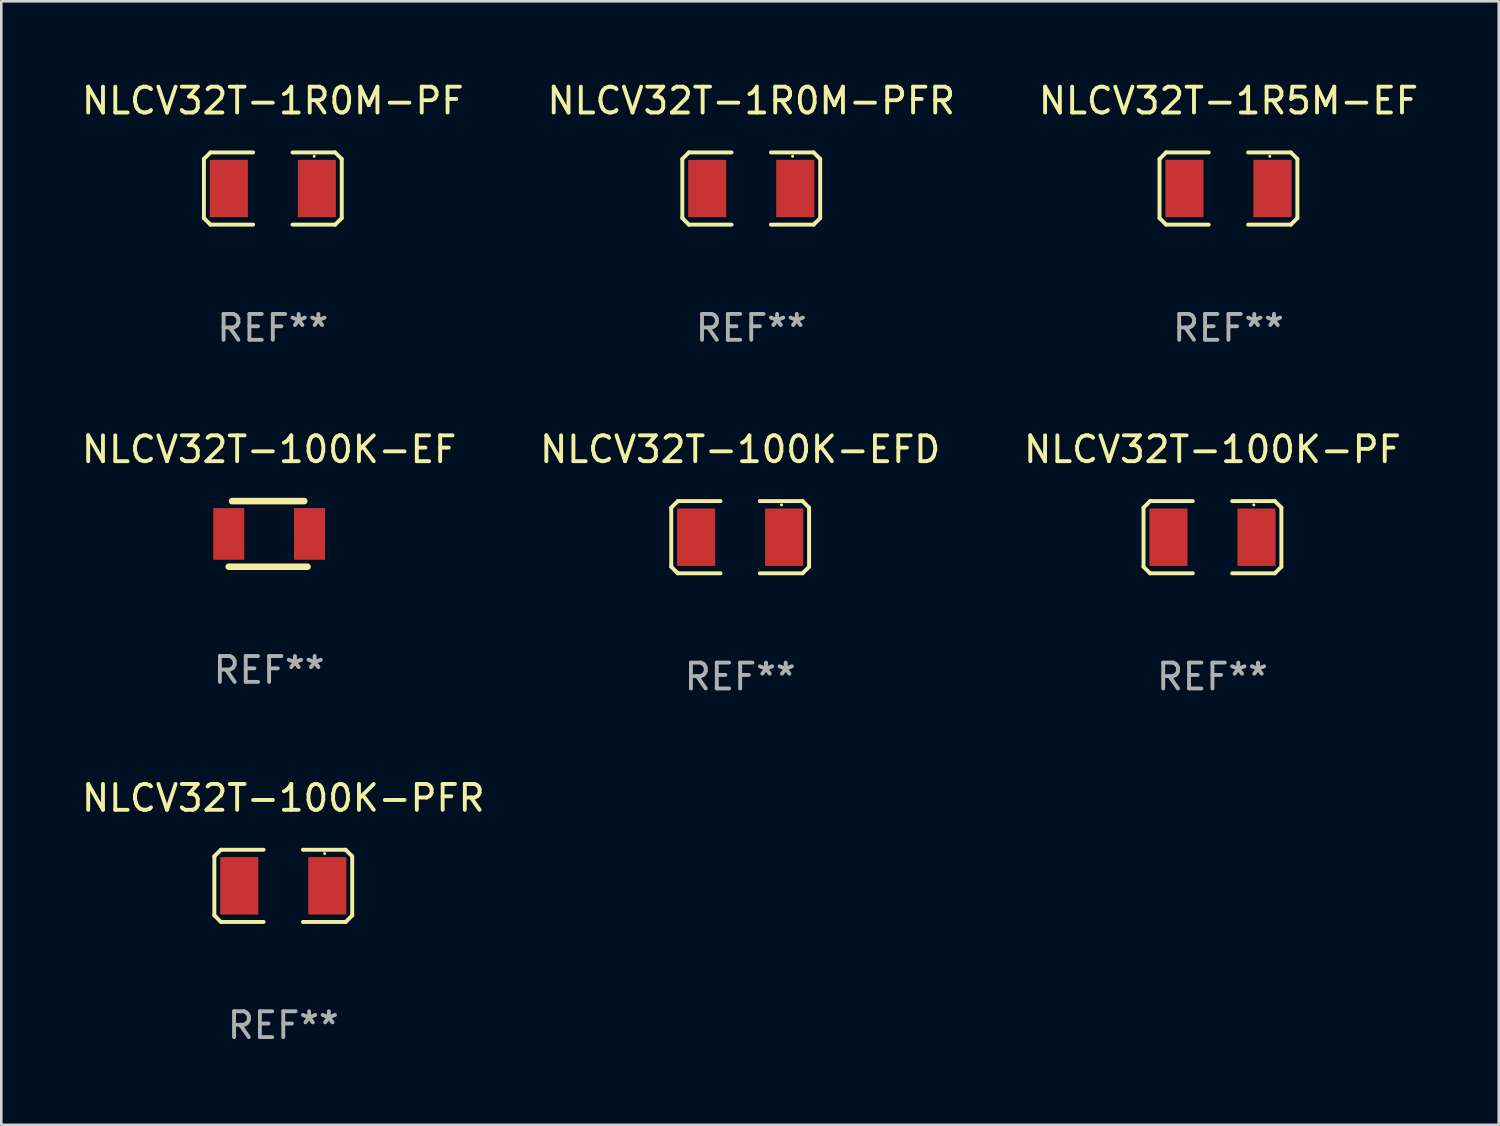
<source format=kicad_pcb>
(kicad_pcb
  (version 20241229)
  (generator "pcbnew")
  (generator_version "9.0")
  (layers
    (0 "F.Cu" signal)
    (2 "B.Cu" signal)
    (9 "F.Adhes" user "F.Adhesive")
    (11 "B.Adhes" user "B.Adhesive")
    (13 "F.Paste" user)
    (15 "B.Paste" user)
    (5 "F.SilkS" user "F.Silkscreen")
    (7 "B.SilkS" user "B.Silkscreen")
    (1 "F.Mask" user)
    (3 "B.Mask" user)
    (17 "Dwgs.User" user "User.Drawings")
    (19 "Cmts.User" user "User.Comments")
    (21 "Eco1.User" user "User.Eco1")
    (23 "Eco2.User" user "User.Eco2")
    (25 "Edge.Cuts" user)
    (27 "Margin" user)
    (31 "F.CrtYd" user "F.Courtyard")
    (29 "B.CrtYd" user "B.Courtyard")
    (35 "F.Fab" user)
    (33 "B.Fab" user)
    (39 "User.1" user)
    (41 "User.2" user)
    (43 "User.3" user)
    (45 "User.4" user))
  (footprint "NLCV32T-100K-EF"
    (layer "F.Cu")
    (at 7.363 17.609)
    (property "Reference" "NLCV32T-100K-EF" (at 0 -3.27 0) (layer "F.SilkS") (effects (font (size 1 1) (thickness 0.15))))
    (attr through_hole)
    (fp_line (start -1.562 1.27) (end 1.486 1.27) (stroke (width 0.254) (type solid)) (layer "F.SilkS"))
    (fp_line (start -1.435 -1.27) (end 1.359 -1.27) (stroke (width 0.254) (type solid)) (layer "F.SilkS"))
    (fp_circle (center -1.6 1.25) (end -1.57 1.25) (stroke (width 0.06) (type solid)) (fill no) (layer "F.SilkS"))
    (fp_text user "REF**" (at 0 5.27 0) (layer "F.Fab") (effects (font (size 1 1) (thickness 0.15))))
    (pad "1" smd rect (at -1.562 0 180) (size 1.2 2) (layers "F.Cu" "F.Mask" "F.Paste"))
    (pad "2" smd rect (at 1.562 0 180) (size 1.2 2) (layers "F.Cu" "F.Mask" "F.Paste")))
  (footprint "NLCV32T-100K-PFR"
    (layer "F.Cu")
    (at 7.911 31.226)
    (property "Reference" "NLCV32T-100K-PFR" (at 0 -3.397 0) (layer "F.SilkS") (effects (font (size 1 1) (thickness 0.15))))
    (attr through_hole)
    (fp_line (start -2.667 -1.143) (end -2.413 -1.397) (stroke (width 0.152) (type solid)) (layer "F.SilkS"))
    (fp_line (start -2.667 1.143) (end -2.667 -1.143) (stroke (width 0.152) (type solid)) (layer "F.SilkS"))
    (fp_line (start -2.413 -1.397) (end -0.762 -1.397) (stroke (width 0.152) (type solid)) (layer "F.SilkS"))
    (fp_line (start -2.413 1.397) (end -2.667 1.143) (stroke (width 0.152) (type solid)) (layer "F.SilkS"))
    (fp_line (start -0.762 1.397) (end -2.413 1.397) (stroke (width 0.152) (type solid)) (layer "F.SilkS"))
    (fp_line (start 0.762 -1.397) (end 2.413 -1.397) (stroke (width 0.152) (type solid)) (layer "F.SilkS"))
    (fp_line (start 2.413 -1.397) (end 2.667 -1.143) (stroke (width 0.152) (type solid)) (layer "F.SilkS"))
    (fp_line (start 2.413 1.397) (end 0.762 1.397) (stroke (width 0.152) (type solid)) (layer "F.SilkS"))
    (fp_line (start 2.667 -1.143) (end 2.667 1.143) (stroke (width 0.152) (type solid)) (layer "F.SilkS"))
    (fp_line (start 2.667 1.143) (end 2.413 1.397) (stroke (width 0.152) (type solid)) (layer "F.SilkS"))
    (fp_circle (center 1.6 -1.25) (end 1.63 -1.25) (stroke (width 0.06) (type solid)) (fill no) (layer "F.SilkS"))
    (fp_text user "REF**" (at 0 5.397 0) (layer "F.Fab") (effects (font (size 1 1) (thickness 0.15))))
    (pad "1" smd rect (at 1.703 0) (size 1.474 2.22) (layers "F.Cu" "F.Mask" "F.Paste"))
    (pad "2" smd rect (at -1.703 0) (size 1.474 2.22) (layers "F.Cu" "F.Mask" "F.Paste")))
  (footprint "NLCV32T-1R0M-PFR"
    (layer "F.Cu")
    (at 26.018 4.245)
    (property "Reference" "NLCV32T-1R0M-PFR" (at 0 -3.397 0) (layer "F.SilkS") (effects (font (size 1 1) (thickness 0.15))))
    (attr through_hole)
    (fp_line (start -2.667 -1.143) (end -2.413 -1.397) (stroke (width 0.152) (type solid)) (layer "F.SilkS"))
    (fp_line (start -2.667 1.143) (end -2.667 -1.143) (stroke (width 0.152) (type solid)) (layer "F.SilkS"))
    (fp_line (start -2.413 -1.397) (end -0.762 -1.397) (stroke (width 0.152) (type solid)) (layer "F.SilkS"))
    (fp_line (start -2.413 1.397) (end -2.667 1.143) (stroke (width 0.152) (type solid)) (layer "F.SilkS"))
    (fp_line (start -0.762 1.397) (end -2.413 1.397) (stroke (width 0.152) (type solid)) (layer "F.SilkS"))
    (fp_line (start 0.762 -1.397) (end 2.413 -1.397) (stroke (width 0.152) (type solid)) (layer "F.SilkS"))
    (fp_line (start 2.413 -1.397) (end 2.667 -1.143) (stroke (width 0.152) (type solid)) (layer "F.SilkS"))
    (fp_line (start 2.413 1.397) (end 0.762 1.397) (stroke (width 0.152) (type solid)) (layer "F.SilkS"))
    (fp_line (start 2.667 -1.143) (end 2.667 1.143) (stroke (width 0.152) (type solid)) (layer "F.SilkS"))
    (fp_line (start 2.667 1.143) (end 2.413 1.397) (stroke (width 0.152) (type solid)) (layer "F.SilkS"))
    (fp_circle (center 1.6 -1.25) (end 1.63 -1.25) (stroke (width 0.06) (type solid)) (fill no) (layer "F.SilkS"))
    (fp_text user "REF**" (at 0 5.397 0) (layer "F.Fab") (effects (font (size 1 1) (thickness 0.15))))
    (pad "1" smd rect (at 1.703 0) (size 1.474 2.22) (layers "F.Cu" "F.Mask" "F.Paste"))
    (pad "2" smd rect (at -1.703 0) (size 1.474 2.22) (layers "F.Cu" "F.Mask" "F.Paste")))
  (footprint "NLCV32T-1R5M-EF"
    (layer "F.Cu")
    (at 44.482 4.245)
    (property "Reference" "NLCV32T-1R5M-EF" (at 0 -3.397 0) (layer "F.SilkS") (effects (font (size 1 1) (thickness 0.15))))
    (attr through_hole)
    (fp_line (start -2.667 -1.143) (end -2.413 -1.397) (stroke (width 0.152) (type solid)) (layer "F.SilkS"))
    (fp_line (start -2.667 1.143) (end -2.667 -1.143) (stroke (width 0.152) (type solid)) (layer "F.SilkS"))
    (fp_line (start -2.413 -1.397) (end -0.762 -1.397) (stroke (width 0.152) (type solid)) (layer "F.SilkS"))
    (fp_line (start -2.413 1.397) (end -2.667 1.143) (stroke (width 0.152) (type solid)) (layer "F.SilkS"))
    (fp_line (start -0.762 1.397) (end -2.413 1.397) (stroke (width 0.152) (type solid)) (layer "F.SilkS"))
    (fp_line (start 0.762 -1.397) (end 2.413 -1.397) (stroke (width 0.152) (type solid)) (layer "F.SilkS"))
    (fp_line (start 2.413 -1.397) (end 2.667 -1.143) (stroke (width 0.152) (type solid)) (layer "F.SilkS"))
    (fp_line (start 2.413 1.397) (end 0.762 1.397) (stroke (width 0.152) (type solid)) (layer "F.SilkS"))
    (fp_line (start 2.667 -1.143) (end 2.667 1.143) (stroke (width 0.152) (type solid)) (layer "F.SilkS"))
    (fp_line (start 2.667 1.143) (end 2.413 1.397) (stroke (width 0.152) (type solid)) (layer "F.SilkS"))
    (fp_circle (center 1.6 -1.25) (end 1.63 -1.25) (stroke (width 0.06) (type solid)) (fill no) (layer "F.SilkS"))
    (fp_text user "REF**" (at 0 5.397 0) (layer "F.Fab") (effects (font (size 1 1) (thickness 0.15))))
    (pad "1" smd rect (at 1.703 0) (size 1.474 2.22) (layers "F.Cu" "F.Mask" "F.Paste"))
    (pad "2" smd rect (at -1.703 0) (size 1.474 2.22) (layers "F.Cu" "F.Mask" "F.Paste")))
  (footprint "NLCV32T-1R0M-PF"
    (layer "F.Cu")
    (at 7.506 4.245)
    (property "Reference" "NLCV32T-1R0M-PF" (at 0 -3.397 0) (layer "F.SilkS") (effects (font (size 1 1) (thickness 0.15))))
    (attr through_hole)
    (fp_line (start -2.667 -1.143) (end -2.413 -1.397) (stroke (width 0.152) (type solid)) (layer "F.SilkS"))
    (fp_line (start -2.667 1.143) (end -2.667 -1.143) (stroke (width 0.152) (type solid)) (layer "F.SilkS"))
    (fp_line (start -2.413 -1.397) (end -0.762 -1.397) (stroke (width 0.152) (type solid)) (layer "F.SilkS"))
    (fp_line (start -2.413 1.397) (end -2.667 1.143) (stroke (width 0.152) (type solid)) (layer "F.SilkS"))
    (fp_line (start -0.762 1.397) (end -2.413 1.397) (stroke (width 0.152) (type solid)) (layer "F.SilkS"))
    (fp_line (start 0.762 -1.397) (end 2.413 -1.397) (stroke (width 0.152) (type solid)) (layer "F.SilkS"))
    (fp_line (start 2.413 -1.397) (end 2.667 -1.143) (stroke (width 0.152) (type solid)) (layer "F.SilkS"))
    (fp_line (start 2.413 1.397) (end 0.762 1.397) (stroke (width 0.152) (type solid)) (layer "F.SilkS"))
    (fp_line (start 2.667 -1.143) (end 2.667 1.143) (stroke (width 0.152) (type solid)) (layer "F.SilkS"))
    (fp_line (start 2.667 1.143) (end 2.413 1.397) (stroke (width 0.152) (type solid)) (layer "F.SilkS"))
    (fp_circle (center 1.6 -1.25) (end 1.63 -1.25) (stroke (width 0.06) (type solid)) (fill no) (layer "F.SilkS"))
    (fp_text user "REF**" (at 0 5.397 0) (layer "F.Fab") (effects (font (size 1 1) (thickness 0.15))))
    (pad "1" smd rect (at 1.703 0) (size 1.474 2.22) (layers "F.Cu" "F.Mask" "F.Paste"))
    (pad "2" smd rect (at -1.703 0) (size 1.474 2.22) (layers "F.Cu" "F.Mask" "F.Paste")))
  (footprint "NLCV32T-100K-EFD"
    (layer "F.Cu")
    (at 25.589 17.736)
    (property "Reference" "NLCV32T-100K-EFD" (at 0 -3.397 0) (layer "F.SilkS") (effects (font (size 1 1) (thickness 0.15))))
    (attr through_hole)
    (fp_line (start -2.667 -1.143) (end -2.413 -1.397) (stroke (width 0.152) (type solid)) (layer "F.SilkS"))
    (fp_line (start -2.667 1.143) (end -2.667 -1.143) (stroke (width 0.152) (type solid)) (layer "F.SilkS"))
    (fp_line (start -2.413 -1.397) (end -0.762 -1.397) (stroke (width 0.152) (type solid)) (layer "F.SilkS"))
    (fp_line (start -2.413 1.397) (end -2.667 1.143) (stroke (width 0.152) (type solid)) (layer "F.SilkS"))
    (fp_line (start -0.762 1.397) (end -2.413 1.397) (stroke (width 0.152) (type solid)) (layer "F.SilkS"))
    (fp_line (start 0.762 -1.397) (end 2.413 -1.397) (stroke (width 0.152) (type solid)) (layer "F.SilkS"))
    (fp_line (start 2.413 -1.397) (end 2.667 -1.143) (stroke (width 0.152) (type solid)) (layer "F.SilkS"))
    (fp_line (start 2.413 1.397) (end 0.762 1.397) (stroke (width 0.152) (type solid)) (layer "F.SilkS"))
    (fp_line (start 2.667 -1.143) (end 2.667 1.143) (stroke (width 0.152) (type solid)) (layer "F.SilkS"))
    (fp_line (start 2.667 1.143) (end 2.413 1.397) (stroke (width 0.152) (type solid)) (layer "F.SilkS"))
    (fp_circle (center 1.6 -1.25) (end 1.63 -1.25) (stroke (width 0.06) (type solid)) (fill no) (layer "F.SilkS"))
    (fp_text user "REF**" (at 0 5.397 0) (layer "F.Fab") (effects (font (size 1 1) (thickness 0.15))))
    (pad "1" smd rect (at 1.703 0) (size 1.474 2.22) (layers "F.Cu" "F.Mask" "F.Paste"))
    (pad "2" smd rect (at -1.703 0) (size 1.474 2.22) (layers "F.Cu" "F.Mask" "F.Paste")))
  (footprint "NLCV32T-100K-PF"
    (layer "F.Cu")
    (at 43.863 17.736)
    (property "Reference" "NLCV32T-100K-PF" (at 0 -3.397 0) (layer "F.SilkS") (effects (font (size 1 1) (thickness 0.15))))
    (attr through_hole)
    (fp_line (start -2.667 -1.143) (end -2.413 -1.397) (stroke (width 0.152) (type solid)) (layer "F.SilkS"))
    (fp_line (start -2.667 1.143) (end -2.667 -1.143) (stroke (width 0.152) (type solid)) (layer "F.SilkS"))
    (fp_line (start -2.413 -1.397) (end -0.762 -1.397) (stroke (width 0.152) (type solid)) (layer "F.SilkS"))
    (fp_line (start -2.413 1.397) (end -2.667 1.143) (stroke (width 0.152) (type solid)) (layer "F.SilkS"))
    (fp_line (start -0.762 1.397) (end -2.413 1.397) (stroke (width 0.152) (type solid)) (layer "F.SilkS"))
    (fp_line (start 0.762 -1.397) (end 2.413 -1.397) (stroke (width 0.152) (type solid)) (layer "F.SilkS"))
    (fp_line (start 2.413 -1.397) (end 2.667 -1.143) (stroke (width 0.152) (type solid)) (layer "F.SilkS"))
    (fp_line (start 2.413 1.397) (end 0.762 1.397) (stroke (width 0.152) (type solid)) (layer "F.SilkS"))
    (fp_line (start 2.667 -1.143) (end 2.667 1.143) (stroke (width 0.152) (type solid)) (layer "F.SilkS"))
    (fp_line (start 2.667 1.143) (end 2.413 1.397) (stroke (width 0.152) (type solid)) (layer "F.SilkS"))
    (fp_circle (center 1.6 -1.25) (end 1.63 -1.25) (stroke (width 0.06) (type solid)) (fill no) (layer "F.SilkS"))
    (fp_text user "REF**" (at 0 5.397 0) (layer "F.Fab") (effects (font (size 1 1) (thickness 0.15))))
    (pad "1" smd rect (at 1.703 0) (size 1.474 2.22) (layers "F.Cu" "F.Mask" "F.Paste"))
    (pad "2" smd rect (at -1.703 0) (size 1.474 2.22) (layers "F.Cu" "F.Mask" "F.Paste")))
  (gr_rect
    (start -3 -3)
    (end 54.94 40.472)
    (stroke (width 0.1) (type default))
    (fill no)
    (layer "Edge.Cuts")))
</source>
